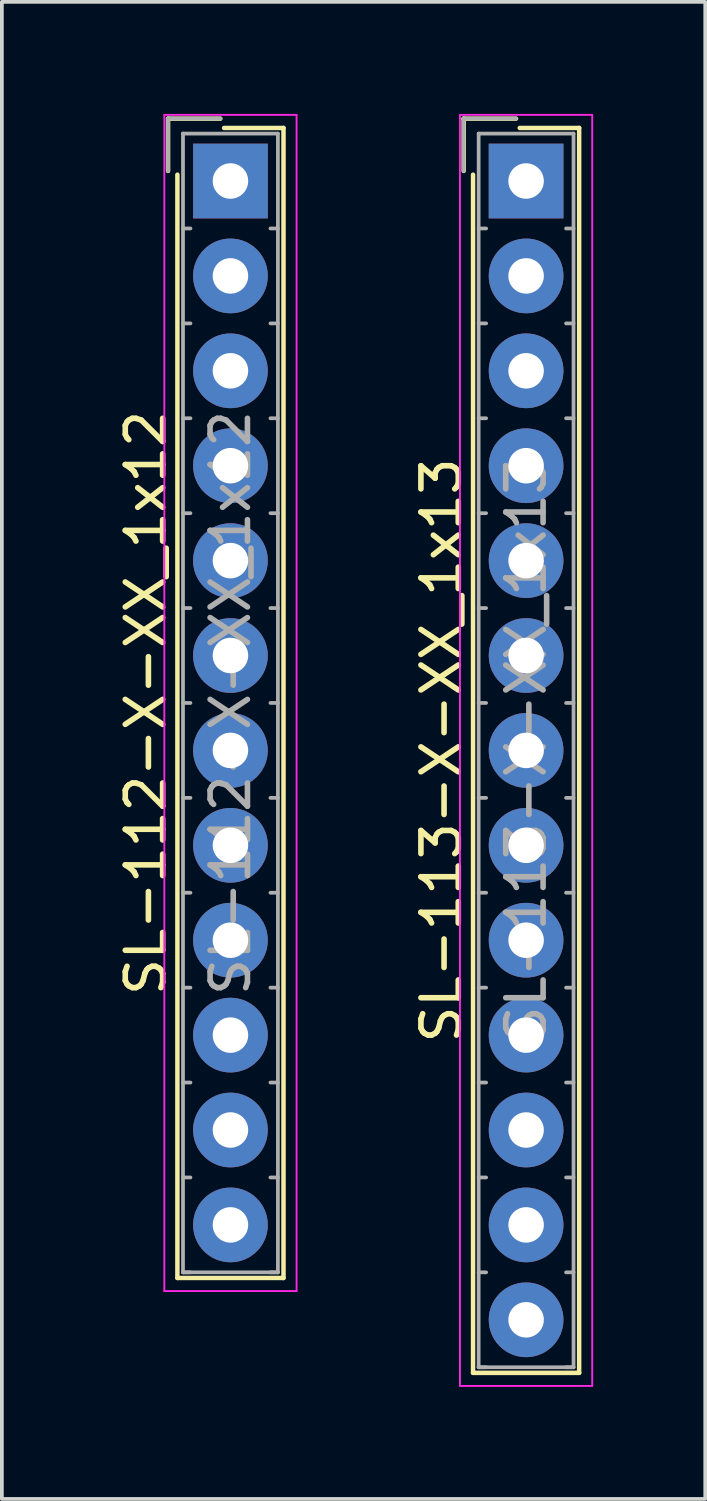
<source format=kicad_pcb>
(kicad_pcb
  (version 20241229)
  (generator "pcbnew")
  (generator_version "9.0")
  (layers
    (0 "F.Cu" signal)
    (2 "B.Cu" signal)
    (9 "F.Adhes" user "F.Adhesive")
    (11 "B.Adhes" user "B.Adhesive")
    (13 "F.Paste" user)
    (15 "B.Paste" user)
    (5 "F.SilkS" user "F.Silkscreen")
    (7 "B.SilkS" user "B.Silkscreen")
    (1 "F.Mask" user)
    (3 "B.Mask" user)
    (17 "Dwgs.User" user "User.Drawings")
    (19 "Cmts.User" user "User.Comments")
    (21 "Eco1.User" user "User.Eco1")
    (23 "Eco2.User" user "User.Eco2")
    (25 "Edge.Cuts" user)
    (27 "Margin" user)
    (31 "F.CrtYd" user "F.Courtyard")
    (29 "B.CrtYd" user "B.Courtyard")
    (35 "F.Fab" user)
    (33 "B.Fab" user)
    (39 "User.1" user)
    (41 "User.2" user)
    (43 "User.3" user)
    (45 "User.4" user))
  (footprint "SL-112-X-XX_1x12"
    (layer "F.Cu")
    (at 3.118 1.795)
    (property "Reference" "SL-112-X-XX_1x12" (at -2.27 13.97 90) (layer "F.SilkS") (effects (font (size 1 1) (thickness 0.15))))
    (attr through_hole)
    (fp_line (start -1.67 -1.67) (end -1.67 -0.27) (stroke (width 0.12) (type solid)) (layer "F.SilkS"))
    (fp_line (start -1.42 29.36) (end -1.42 -0.17) (stroke (width 0.12) (type solid)) (layer "F.SilkS"))
    (fp_line (start -0.27 -1.67) (end -1.67 -1.67) (stroke (width 0.12) (type solid)) (layer "F.SilkS"))
    (fp_line (start -0.17 -1.42) (end 1.42 -1.42) (stroke (width 0.12) (type solid)) (layer "F.SilkS"))
    (fp_line (start 1.42 -1.42) (end 1.42 29.36) (stroke (width 0.12) (type solid)) (layer "F.SilkS"))
    (fp_line (start 1.42 29.36) (end -1.42 29.36) (stroke (width 0.12) (type solid)) (layer "F.SilkS"))
    (fp_line (start -1.77 -1.77) (end -1.77 29.71) (stroke (width 0.05) (type solid)) (layer "F.CrtYd"))
    (fp_line (start -1.77 29.71) (end 1.77 29.71) (stroke (width 0.05) (type solid)) (layer "F.CrtYd"))
    (fp_line (start 1.77 -1.77) (end -1.77 -1.77) (stroke (width 0.05) (type solid)) (layer "F.CrtYd"))
    (fp_line (start 1.77 29.71) (end 1.77 -1.77) (stroke (width 0.05) (type solid)) (layer "F.CrtYd"))
    (fp_line (start -1.67 -1.67) (end -1.67 -0.27) (stroke (width 0.1) (type solid)) (layer "F.Fab"))
    (fp_line (start -1.27 -1.27) (end -1.27 29.21) (stroke (width 0.1) (type solid)) (layer "F.Fab"))
    (fp_line (start -1.27 1.27) (end -1.07 1.27) (stroke (width 0.1) (type solid)) (layer "F.Fab"))
    (fp_line (start -1.27 3.81) (end -1.07 3.81) (stroke (width 0.1) (type solid)) (layer "F.Fab"))
    (fp_line (start -1.27 6.35) (end -1.07 6.35) (stroke (width 0.1) (type solid)) (layer "F.Fab"))
    (fp_line (start -1.27 8.89) (end -1.07 8.89) (stroke (width 0.1) (type solid)) (layer "F.Fab"))
    (fp_line (start -1.27 11.43) (end -1.07 11.43) (stroke (width 0.1) (type solid)) (layer "F.Fab"))
    (fp_line (start -1.27 13.97) (end -1.07 13.97) (stroke (width 0.1) (type solid)) (layer "F.Fab"))
    (fp_line (start -1.27 16.51) (end -1.07 16.51) (stroke (width 0.1) (type solid)) (layer "F.Fab"))
    (fp_line (start -1.27 19.05) (end -1.07 19.05) (stroke (width 0.1) (type solid)) (layer "F.Fab"))
    (fp_line (start -1.27 21.59) (end -1.07 21.59) (stroke (width 0.1) (type solid)) (layer "F.Fab"))
    (fp_line (start -1.27 24.13) (end -1.07 24.13) (stroke (width 0.1) (type solid)) (layer "F.Fab"))
    (fp_line (start -1.27 26.67) (end -1.07 26.67) (stroke (width 0.1) (type solid)) (layer "F.Fab"))
    (fp_line (start -1.27 29.21) (end -1.07 29.21) (stroke (width 0.1) (type solid)) (layer "F.Fab"))
    (fp_line (start -1.27 29.21) (end 1.27 29.21) (stroke (width 0.1) (type solid)) (layer "F.Fab"))
    (fp_line (start -0.27 -1.67) (end -1.67 -1.67) (stroke (width 0.1) (type solid)) (layer "F.Fab"))
    (fp_line (start 1.27 -1.27) (end -1.27 -1.27) (stroke (width 0.1) (type solid)) (layer "F.Fab"))
    (fp_line (start 1.27 1.27) (end 1.07 1.27) (stroke (width 0.1) (type solid)) (layer "F.Fab"))
    (fp_line (start 1.27 3.81) (end 1.07 3.81) (stroke (width 0.1) (type solid)) (layer "F.Fab"))
    (fp_line (start 1.27 6.35) (end 1.07 6.35) (stroke (width 0.1) (type solid)) (layer "F.Fab"))
    (fp_line (start 1.27 8.89) (end 1.07 8.89) (stroke (width 0.1) (type solid)) (layer "F.Fab"))
    (fp_line (start 1.27 11.43) (end 1.07 11.43) (stroke (width 0.1) (type solid)) (layer "F.Fab"))
    (fp_line (start 1.27 13.97) (end 1.07 13.97) (stroke (width 0.1) (type solid)) (layer "F.Fab"))
    (fp_line (start 1.27 16.51) (end 1.07 16.51) (stroke (width 0.1) (type solid)) (layer "F.Fab"))
    (fp_line (start 1.27 19.05) (end 1.07 19.05) (stroke (width 0.1) (type solid)) (layer "F.Fab"))
    (fp_line (start 1.27 21.59) (end 1.07 21.59) (stroke (width 0.1) (type solid)) (layer "F.Fab"))
    (fp_line (start 1.27 24.13) (end 1.07 24.13) (stroke (width 0.1) (type solid)) (layer "F.Fab"))
    (fp_line (start 1.27 26.67) (end 1.07 26.67) (stroke (width 0.1) (type solid)) (layer "F.Fab"))
    (fp_line (start 1.27 29.21) (end 1.07 29.21) (stroke (width 0.1) (type solid)) (layer "F.Fab"))
    (fp_line (start 1.27 29.21) (end 1.27 -1.27) (stroke (width 0.1) (type solid)) (layer "F.Fab"))
    (fp_text user "${REFERENCE}" (at 0 13.97 90) (layer "F.Fab") (effects (font (size 1 1) (thickness 0.15))))
    (pad "1" thru_hole rect (at 0 0) (size 2 2) (drill 0.95) (layers "*.Cu" "*.Mask"))
    (pad "2" thru_hole circle (at 0 2.54) (size 2 2) (drill 0.95) (layers "*.Cu" "*.Mask"))
    (pad "3" thru_hole circle (at 0 5.08) (size 2 2) (drill 0.95) (layers "*.Cu" "*.Mask"))
    (pad "4" thru_hole circle (at 0 7.62) (size 2 2) (drill 0.95) (layers "*.Cu" "*.Mask"))
    (pad "5" thru_hole circle (at 0 10.16) (size 2 2) (drill 0.95) (layers "*.Cu" "*.Mask"))
    (pad "6" thru_hole circle (at 0 12.7) (size 2 2) (drill 0.95) (layers "*.Cu" "*.Mask"))
    (pad "7" thru_hole circle (at 0 15.24) (size 2 2) (drill 0.95) (layers "*.Cu" "*.Mask"))
    (pad "8" thru_hole circle (at 0 17.78) (size 2 2) (drill 0.95) (layers "*.Cu" "*.Mask"))
    (pad "9" thru_hole circle (at 0 20.32) (size 2 2) (drill 0.95) (layers "*.Cu" "*.Mask"))
    (pad "10" thru_hole circle (at 0 22.86) (size 2 2) (drill 0.95) (layers "*.Cu" "*.Mask"))
    (pad "11" thru_hole circle (at 0 25.4) (size 2 2) (drill 0.95) (layers "*.Cu" "*.Mask"))
    (pad "12" thru_hole circle (at 0 27.94) (size 2 2) (drill 0.95) (layers "*.Cu" "*.Mask")))
  (footprint "SL-113-X-XX_1x13"
    (layer "F.Cu")
    (at 11.031 1.795)
    (property "Reference" "SL-113-X-XX_1x13" (at -2.27 15.24 90) (layer "F.SilkS") (effects (font (size 1 1) (thickness 0.15))))
    (attr through_hole)
    (fp_line (start -1.67 -1.67) (end -1.67 -0.27) (stroke (width 0.12) (type solid)) (layer "F.SilkS"))
    (fp_line (start -1.42 31.9) (end -1.42 -0.17) (stroke (width 0.12) (type solid)) (layer "F.SilkS"))
    (fp_line (start -0.27 -1.67) (end -1.67 -1.67) (stroke (width 0.12) (type solid)) (layer "F.SilkS"))
    (fp_line (start -0.17 -1.42) (end 1.42 -1.42) (stroke (width 0.12) (type solid)) (layer "F.SilkS"))
    (fp_line (start 1.42 -1.42) (end 1.42 31.9) (stroke (width 0.12) (type solid)) (layer "F.SilkS"))
    (fp_line (start 1.42 31.9) (end -1.42 31.9) (stroke (width 0.12) (type solid)) (layer "F.SilkS"))
    (fp_line (start -1.77 -1.77) (end -1.77 32.25) (stroke (width 0.05) (type solid)) (layer "F.CrtYd"))
    (fp_line (start -1.77 32.25) (end 1.77 32.25) (stroke (width 0.05) (type solid)) (layer "F.CrtYd"))
    (fp_line (start 1.77 -1.77) (end -1.77 -1.77) (stroke (width 0.05) (type solid)) (layer "F.CrtYd"))
    (fp_line (start 1.77 32.25) (end 1.77 -1.77) (stroke (width 0.05) (type solid)) (layer "F.CrtYd"))
    (fp_line (start -1.67 -1.67) (end -1.67 -0.27) (stroke (width 0.1) (type solid)) (layer "F.Fab"))
    (fp_line (start -1.27 -1.27) (end -1.27 31.75) (stroke (width 0.1) (type solid)) (layer "F.Fab"))
    (fp_line (start -1.27 1.27) (end -1.07 1.27) (stroke (width 0.1) (type solid)) (layer "F.Fab"))
    (fp_line (start -1.27 3.81) (end -1.07 3.81) (stroke (width 0.1) (type solid)) (layer "F.Fab"))
    (fp_line (start -1.27 6.35) (end -1.07 6.35) (stroke (width 0.1) (type solid)) (layer "F.Fab"))
    (fp_line (start -1.27 8.89) (end -1.07 8.89) (stroke (width 0.1) (type solid)) (layer "F.Fab"))
    (fp_line (start -1.27 11.43) (end -1.07 11.43) (stroke (width 0.1) (type solid)) (layer "F.Fab"))
    (fp_line (start -1.27 13.97) (end -1.07 13.97) (stroke (width 0.1) (type solid)) (layer "F.Fab"))
    (fp_line (start -1.27 16.51) (end -1.07 16.51) (stroke (width 0.1) (type solid)) (layer "F.Fab"))
    (fp_line (start -1.27 19.05) (end -1.07 19.05) (stroke (width 0.1) (type solid)) (layer "F.Fab"))
    (fp_line (start -1.27 21.59) (end -1.07 21.59) (stroke (width 0.1) (type solid)) (layer "F.Fab"))
    (fp_line (start -1.27 24.13) (end -1.07 24.13) (stroke (width 0.1) (type solid)) (layer "F.Fab"))
    (fp_line (start -1.27 26.67) (end -1.07 26.67) (stroke (width 0.1) (type solid)) (layer "F.Fab"))
    (fp_line (start -1.27 29.21) (end -1.07 29.21) (stroke (width 0.1) (type solid)) (layer "F.Fab"))
    (fp_line (start -1.27 31.75) (end -1.07 31.75) (stroke (width 0.1) (type solid)) (layer "F.Fab"))
    (fp_line (start -1.27 31.75) (end 1.27 31.75) (stroke (width 0.1) (type solid)) (layer "F.Fab"))
    (fp_line (start -0.27 -1.67) (end -1.67 -1.67) (stroke (width 0.1) (type solid)) (layer "F.Fab"))
    (fp_line (start 1.27 -1.27) (end -1.27 -1.27) (stroke (width 0.1) (type solid)) (layer "F.Fab"))
    (fp_line (start 1.27 1.27) (end 1.07 1.27) (stroke (width 0.1) (type solid)) (layer "F.Fab"))
    (fp_line (start 1.27 3.81) (end 1.07 3.81) (stroke (width 0.1) (type solid)) (layer "F.Fab"))
    (fp_line (start 1.27 6.35) (end 1.07 6.35) (stroke (width 0.1) (type solid)) (layer "F.Fab"))
    (fp_line (start 1.27 8.89) (end 1.07 8.89) (stroke (width 0.1) (type solid)) (layer "F.Fab"))
    (fp_line (start 1.27 11.43) (end 1.07 11.43) (stroke (width 0.1) (type solid)) (layer "F.Fab"))
    (fp_line (start 1.27 13.97) (end 1.07 13.97) (stroke (width 0.1) (type solid)) (layer "F.Fab"))
    (fp_line (start 1.27 16.51) (end 1.07 16.51) (stroke (width 0.1) (type solid)) (layer "F.Fab"))
    (fp_line (start 1.27 19.05) (end 1.07 19.05) (stroke (width 0.1) (type solid)) (layer "F.Fab"))
    (fp_line (start 1.27 21.59) (end 1.07 21.59) (stroke (width 0.1) (type solid)) (layer "F.Fab"))
    (fp_line (start 1.27 24.13) (end 1.07 24.13) (stroke (width 0.1) (type solid)) (layer "F.Fab"))
    (fp_line (start 1.27 26.67) (end 1.07 26.67) (stroke (width 0.1) (type solid)) (layer "F.Fab"))
    (fp_line (start 1.27 29.21) (end 1.07 29.21) (stroke (width 0.1) (type solid)) (layer "F.Fab"))
    (fp_line (start 1.27 31.75) (end 1.07 31.75) (stroke (width 0.1) (type solid)) (layer "F.Fab"))
    (fp_line (start 1.27 31.75) (end 1.27 -1.27) (stroke (width 0.1) (type solid)) (layer "F.Fab"))
    (fp_text user "${REFERENCE}" (at 0 15.24 90) (layer "F.Fab") (effects (font (size 1 1) (thickness 0.15))))
    (pad "1" thru_hole rect (at 0 0) (size 2 2) (drill 0.95) (layers "*.Cu" "*.Mask"))
    (pad "2" thru_hole circle (at 0 2.54) (size 2 2) (drill 0.95) (layers "*.Cu" "*.Mask"))
    (pad "3" thru_hole circle (at 0 5.08) (size 2 2) (drill 0.95) (layers "*.Cu" "*.Mask"))
    (pad "4" thru_hole circle (at 0 7.62) (size 2 2) (drill 0.95) (layers "*.Cu" "*.Mask"))
    (pad "5" thru_hole circle (at 0 10.16) (size 2 2) (drill 0.95) (layers "*.Cu" "*.Mask"))
    (pad "6" thru_hole circle (at 0 12.7) (size 2 2) (drill 0.95) (layers "*.Cu" "*.Mask"))
    (pad "7" thru_hole circle (at 0 15.24) (size 2 2) (drill 0.95) (layers "*.Cu" "*.Mask"))
    (pad "8" thru_hole circle (at 0 17.78) (size 2 2) (drill 0.95) (layers "*.Cu" "*.Mask"))
    (pad "9" thru_hole circle (at 0 20.32) (size 2 2) (drill 0.95) (layers "*.Cu" "*.Mask"))
    (pad "10" thru_hole circle (at 0 22.86) (size 2 2) (drill 0.95) (layers "*.Cu" "*.Mask"))
    (pad "11" thru_hole circle (at 0 25.4) (size 2 2) (drill 0.95) (layers "*.Cu" "*.Mask"))
    (pad "12" thru_hole circle (at 0 27.94) (size 2 2) (drill 0.95) (layers "*.Cu" "*.Mask"))
    (pad "13" thru_hole circle (at 0 30.48) (size 2 2) (drill 0.95) (layers "*.Cu" "*.Mask")))
  (gr_rect
    (start -3 -3)
    (end 15.826 37.07)
    (stroke (width 0.1) (type default))
    (fill no)
    (layer "Edge.Cuts")))
</source>
